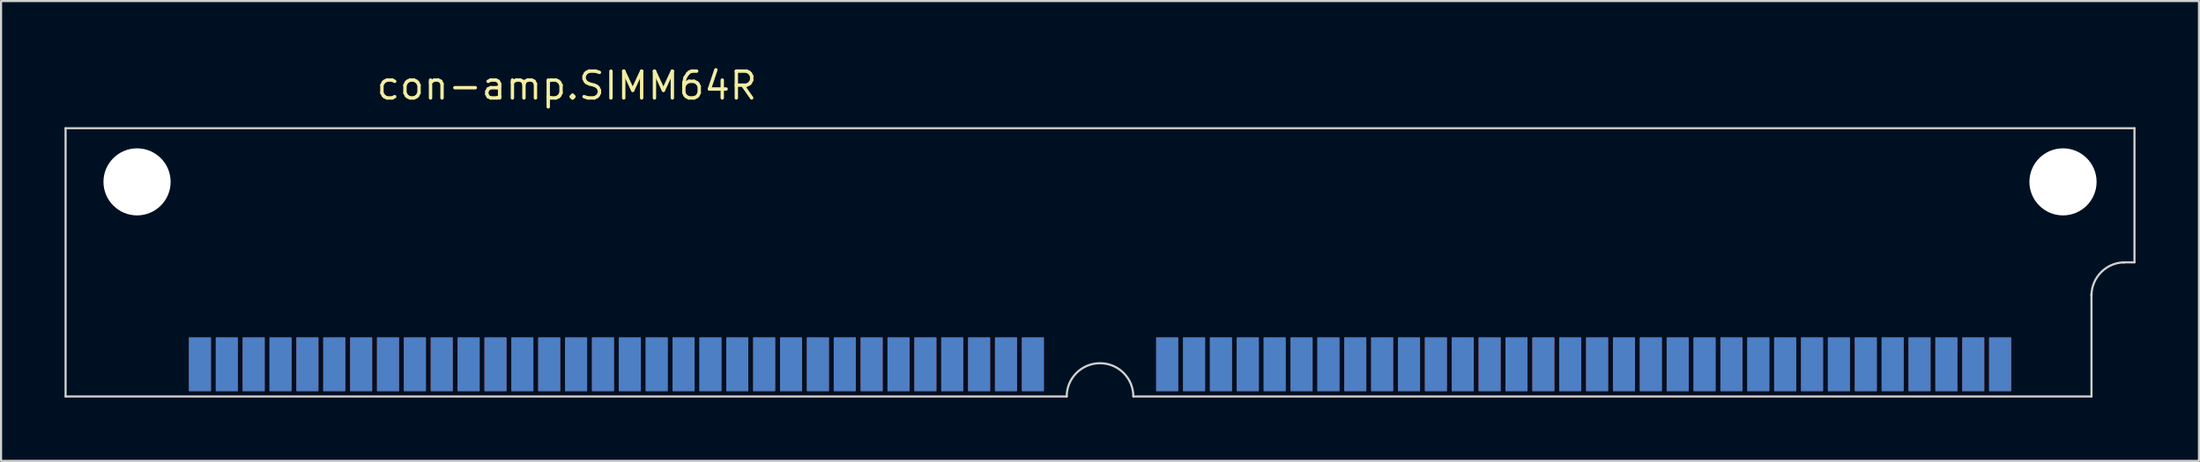
<source format=kicad_pcb>
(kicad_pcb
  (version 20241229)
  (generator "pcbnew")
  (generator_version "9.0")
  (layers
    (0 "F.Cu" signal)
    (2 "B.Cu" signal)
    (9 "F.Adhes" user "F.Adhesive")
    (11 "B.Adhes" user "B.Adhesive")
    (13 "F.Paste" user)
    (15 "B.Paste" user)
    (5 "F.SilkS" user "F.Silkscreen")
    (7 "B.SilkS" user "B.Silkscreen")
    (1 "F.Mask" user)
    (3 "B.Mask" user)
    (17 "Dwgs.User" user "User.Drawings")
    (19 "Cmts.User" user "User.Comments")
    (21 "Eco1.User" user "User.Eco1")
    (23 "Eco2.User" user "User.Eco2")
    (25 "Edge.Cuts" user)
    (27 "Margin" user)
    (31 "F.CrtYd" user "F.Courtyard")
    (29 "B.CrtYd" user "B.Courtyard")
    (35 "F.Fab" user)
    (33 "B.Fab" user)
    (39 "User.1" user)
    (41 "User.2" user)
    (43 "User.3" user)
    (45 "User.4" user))
  (footprint "con-amp.SIMM64R"
    (layer "F.Cu")
    (at 48.945 5.56)
    (property "Reference" "con-amp.SIMM64R" (at -34.29 -3.81 0) (layer "F.SilkS") (effects (font (size 1.27 1.27) (thickness 0.16)) (justify left bottom)))
    (attr smd)
    (fp_line (start -48.895 -2.54) (end -48.895 10.16) (stroke (width 0.1) (type default)) (layer "Edge.Cuts"))
    (fp_line (start -48.895 10.16) (end -1.575 10.16) (stroke (width 0.1) (type default)) (layer "Edge.Cuts"))
    (fp_line (start 1.575 10.16) (end 46.863 10.16) (stroke (width 0.1) (type default)) (layer "Edge.Cuts"))
    (fp_line (start 46.863 10.16) (end 46.863 5.309) (stroke (width 0.1) (type default)) (layer "Edge.Cuts"))
    (fp_line (start 48.895 -2.54) (end -48.895 -2.54) (stroke (width 0.1) (type default)) (layer "Edge.Cuts"))
    (fp_line (start 48.895 3.81) (end 48.336 3.81) (stroke (width 0.1) (type default)) (layer "Edge.Cuts"))
    (fp_line (start 48.895 3.81) (end 48.895 -2.54) (stroke (width 0.1) (type default)) (layer "Edge.Cuts"))
    (fp_arc (start -1.5748 10.16) (mid 0 8.5852) (end 1.5748 10.16) (stroke (width 0.1) (type default)) (layer "Edge.Cuts"))
    (fp_arc (start 46.863 5.3848) (mid 47.324248 4.271248) (end 48.4378 3.81) (stroke (width 0.1) (type default)) (layer "Edge.Cuts"))
    (pad "" np_thru_hole circle (at -45.517 0) (size 3.175 3.175) (drill 3.175) (layers "*.Cu" "*.Mask"))
    (pad "" np_thru_hole circle (at 45.517 0) (size 3.175 3.175) (drill 3.175) (layers "*.Cu" "*.Mask"))
    (pad "1" smd roundrect (at 42.545 8.636) (size 1.041 2.54) (layers "F.Cu" "F.Mask" "F.Paste") (roundrect_rratio 0.01))
    (pad "2" smd roundrect (at 41.275 8.636) (size 1.041 2.54) (layers "F.Cu" "F.Mask" "F.Paste") (roundrect_rratio 0.01))
    (pad "3" smd roundrect (at 40.005 8.636) (size 1.041 2.54) (layers "F.Cu" "F.Mask" "F.Paste") (roundrect_rratio 0.01))
    (pad "4" smd roundrect (at 38.735 8.636) (size 1.041 2.54) (layers "F.Cu" "F.Mask" "F.Paste") (roundrect_rratio 0.01))
    (pad "5" smd roundrect (at 37.465 8.636) (size 1.041 2.54) (layers "F.Cu" "F.Mask" "F.Paste") (roundrect_rratio 0.01))
    (pad "6" smd roundrect (at 36.195 8.636) (size 1.041 2.54) (layers "F.Cu" "F.Mask" "F.Paste") (roundrect_rratio 0.01))
    (pad "7" smd roundrect (at 34.925 8.636) (size 1.041 2.54) (layers "F.Cu" "F.Mask" "F.Paste") (roundrect_rratio 0.01))
    (pad "8" smd roundrect (at 33.655 8.636) (size 1.041 2.54) (layers "F.Cu" "F.Mask" "F.Paste") (roundrect_rratio 0.01))
    (pad "9" smd roundrect (at 32.385 8.636) (size 1.041 2.54) (layers "F.Cu" "F.Mask" "F.Paste") (roundrect_rratio 0.01))
    (pad "10" smd roundrect (at 31.115 8.636) (size 1.041 2.54) (layers "F.Cu" "F.Mask" "F.Paste") (roundrect_rratio 0.01))
    (pad "11" smd roundrect (at 29.845 8.636) (size 1.041 2.54) (layers "F.Cu" "F.Mask" "F.Paste") (roundrect_rratio 0.01))
    (pad "12" smd roundrect (at 28.575 8.636) (size 1.041 2.54) (layers "F.Cu" "F.Mask" "F.Paste") (roundrect_rratio 0.01))
    (pad "13" smd roundrect (at 27.305 8.636) (size 1.041 2.54) (layers "F.Cu" "F.Mask" "F.Paste") (roundrect_rratio 0.01))
    (pad "14" smd roundrect (at 26.035 8.636) (size 1.041 2.54) (layers "F.Cu" "F.Mask" "F.Paste") (roundrect_rratio 0.01))
    (pad "15" smd roundrect (at 24.765 8.636) (size 1.041 2.54) (layers "F.Cu" "F.Mask" "F.Paste") (roundrect_rratio 0.01))
    (pad "16" smd roundrect (at 23.495 8.636) (size 1.041 2.54) (layers "F.Cu" "F.Mask" "F.Paste") (roundrect_rratio 0.01))
    (pad "17" smd roundrect (at 22.225 8.636) (size 1.041 2.54) (layers "F.Cu" "F.Mask" "F.Paste") (roundrect_rratio 0.01))
    (pad "18" smd roundrect (at 20.955 8.636) (size 1.041 2.54) (layers "F.Cu" "F.Mask" "F.Paste") (roundrect_rratio 0.01))
    (pad "19" smd roundrect (at 19.685 8.636) (size 1.041 2.54) (layers "F.Cu" "F.Mask" "F.Paste") (roundrect_rratio 0.01))
    (pad "20" smd roundrect (at 18.415 8.636) (size 1.041 2.54) (layers "F.Cu" "F.Mask" "F.Paste") (roundrect_rratio 0.01))
    (pad "21" smd roundrect (at 17.145 8.636) (size 1.041 2.54) (layers "F.Cu" "F.Mask" "F.Paste") (roundrect_rratio 0.01))
    (pad "22" smd roundrect (at 15.875 8.636) (size 1.041 2.54) (layers "F.Cu" "F.Mask" "F.Paste") (roundrect_rratio 0.01))
    (pad "23" smd roundrect (at 14.605 8.636) (size 1.041 2.54) (layers "F.Cu" "F.Mask" "F.Paste") (roundrect_rratio 0.01))
    (pad "24" smd roundrect (at 13.335 8.636) (size 1.041 2.54) (layers "F.Cu" "F.Mask" "F.Paste") (roundrect_rratio 0.01))
    (pad "25" smd roundrect (at 12.065 8.636) (size 1.041 2.54) (layers "F.Cu" "F.Mask" "F.Paste") (roundrect_rratio 0.01))
    (pad "26" smd roundrect (at 10.795 8.636) (size 1.041 2.54) (layers "F.Cu" "F.Mask" "F.Paste") (roundrect_rratio 0.01))
    (pad "27" smd roundrect (at 9.525 8.636) (size 1.041 2.54) (layers "F.Cu" "F.Mask" "F.Paste") (roundrect_rratio 0.01))
    (pad "28" smd roundrect (at 8.255 8.636) (size 1.041 2.54) (layers "F.Cu" "F.Mask" "F.Paste") (roundrect_rratio 0.01))
    (pad "29" smd roundrect (at 6.985 8.636) (size 1.041 2.54) (layers "F.Cu" "F.Mask" "F.Paste") (roundrect_rratio 0.01))
    (pad "30" smd roundrect (at 5.715 8.636) (size 1.041 2.54) (layers "F.Cu" "F.Mask" "F.Paste") (roundrect_rratio 0.01))
    (pad "31" smd roundrect (at 4.445 8.636) (size 1.041 2.54) (layers "F.Cu" "F.Mask" "F.Paste") (roundrect_rratio 0.01))
    (pad "32" smd roundrect (at 3.175 8.636) (size 1.041 2.54) (layers "F.Cu" "F.Mask" "F.Paste") (roundrect_rratio 0.01))
    (pad "33" smd roundrect (at -3.175 8.636) (size 1.041 2.54) (layers "F.Cu" "F.Mask" "F.Paste") (roundrect_rratio 0.01))
    (pad "34" smd roundrect (at -4.445 8.636) (size 1.041 2.54) (layers "F.Cu" "F.Mask" "F.Paste") (roundrect_rratio 0.01))
    (pad "35" smd roundrect (at -5.715 8.636) (size 1.041 2.54) (layers "F.Cu" "F.Mask" "F.Paste") (roundrect_rratio 0.01))
    (pad "36" smd roundrect (at -6.985 8.636) (size 1.041 2.54) (layers "F.Cu" "F.Mask" "F.Paste") (roundrect_rratio 0.01))
    (pad "37" smd roundrect (at -8.255 8.636) (size 1.041 2.54) (layers "F.Cu" "F.Mask" "F.Paste") (roundrect_rratio 0.01))
    (pad "38" smd roundrect (at -9.525 8.636) (size 1.041 2.54) (layers "F.Cu" "F.Mask" "F.Paste") (roundrect_rratio 0.01))
    (pad "39" smd roundrect (at -10.795 8.636) (size 1.041 2.54) (layers "F.Cu" "F.Mask" "F.Paste") (roundrect_rratio 0.01))
    (pad "40" smd roundrect (at -12.065 8.636) (size 1.041 2.54) (layers "F.Cu" "F.Mask" "F.Paste") (roundrect_rratio 0.01))
    (pad "41" smd roundrect (at -13.335 8.636) (size 1.041 2.54) (layers "F.Cu" "F.Mask" "F.Paste") (roundrect_rratio 0.01))
    (pad "42" smd roundrect (at -14.605 8.636) (size 1.041 2.54) (layers "F.Cu" "F.Mask" "F.Paste") (roundrect_rratio 0.01))
    (pad "43" smd roundrect (at -15.875 8.636) (size 1.041 2.54) (layers "F.Cu" "F.Mask" "F.Paste") (roundrect_rratio 0.01))
    (pad "44" smd roundrect (at -17.145 8.636) (size 1.041 2.54) (layers "F.Cu" "F.Mask" "F.Paste") (roundrect_rratio 0.01))
    (pad "45" smd roundrect (at -18.415 8.636) (size 1.041 2.54) (layers "F.Cu" "F.Mask" "F.Paste") (roundrect_rratio 0.01))
    (pad "46" smd roundrect (at -19.685 8.636) (size 1.041 2.54) (layers "F.Cu" "F.Mask" "F.Paste") (roundrect_rratio 0.01))
    (pad "47" smd roundrect (at -20.955 8.636) (size 1.041 2.54) (layers "F.Cu" "F.Mask" "F.Paste") (roundrect_rratio 0.01))
    (pad "48" smd roundrect (at -22.225 8.636) (size 1.041 2.54) (layers "F.Cu" "F.Mask" "F.Paste") (roundrect_rratio 0.01))
    (pad "49" smd roundrect (at -23.495 8.636) (size 1.041 2.54) (layers "F.Cu" "F.Mask" "F.Paste") (roundrect_rratio 0.01))
    (pad "50" smd roundrect (at -24.765 8.636) (size 1.041 2.54) (layers "F.Cu" "F.Mask" "F.Paste") (roundrect_rratio 0.01))
    (pad "51" smd roundrect (at -26.035 8.636) (size 1.041 2.54) (layers "F.Cu" "F.Mask" "F.Paste") (roundrect_rratio 0.01))
    (pad "52" smd roundrect (at -27.305 8.636) (size 1.041 2.54) (layers "F.Cu" "F.Mask" "F.Paste") (roundrect_rratio 0.01))
    (pad "53" smd roundrect (at -28.575 8.636) (size 1.041 2.54) (layers "F.Cu" "F.Mask" "F.Paste") (roundrect_rratio 0.01))
    (pad "54" smd roundrect (at -29.845 8.636) (size 1.041 2.54) (layers "F.Cu" "F.Mask" "F.Paste") (roundrect_rratio 0.01))
    (pad "55" smd roundrect (at -31.115 8.636) (size 1.041 2.54) (layers "F.Cu" "F.Mask" "F.Paste") (roundrect_rratio 0.01))
    (pad "56" smd roundrect (at -32.385 8.636) (size 1.041 2.54) (layers "F.Cu" "F.Mask" "F.Paste") (roundrect_rratio 0.01))
    (pad "57" smd roundrect (at -33.655 8.636) (size 1.041 2.54) (layers "F.Cu" "F.Mask" "F.Paste") (roundrect_rratio 0.01))
    (pad "58" smd roundrect (at -34.925 8.636) (size 1.041 2.54) (layers "F.Cu" "F.Mask" "F.Paste") (roundrect_rratio 0.01))
    (pad "59" smd roundrect (at -36.195 8.636) (size 1.041 2.54) (layers "F.Cu" "F.Mask" "F.Paste") (roundrect_rratio 0.01))
    (pad "60" smd roundrect (at -37.465 8.636) (size 1.041 2.54) (layers "F.Cu" "F.Mask" "F.Paste") (roundrect_rratio 0.01))
    (pad "61" smd roundrect (at -38.735 8.636) (size 1.041 2.54) (layers "F.Cu" "F.Mask" "F.Paste") (roundrect_rratio 0.01))
    (pad "62" smd roundrect (at -40.005 8.636) (size 1.041 2.54) (layers "F.Cu" "F.Mask" "F.Paste") (roundrect_rratio 0.01))
    (pad "63" smd roundrect (at -41.275 8.636) (size 1.041 2.54) (layers "F.Cu" "F.Mask" "F.Paste") (roundrect_rratio 0.01))
    (pad "64" smd roundrect (at -42.545 8.636) (size 1.041 2.54) (layers "F.Cu" "F.Mask" "F.Paste") (roundrect_rratio 0.01))
    (pad "65" smd roundrect (at 42.545 8.636) (size 1.041 2.54) (layers "B.Cu" "B.Mask" "B.Paste") (roundrect_rratio 0.01))
    (pad "66" smd roundrect (at 41.275 8.636) (size 1.041 2.54) (layers "B.Cu" "B.Mask" "B.Paste") (roundrect_rratio 0.01))
    (pad "67" smd roundrect (at 40.005 8.636) (size 1.041 2.54) (layers "B.Cu" "B.Mask" "B.Paste") (roundrect_rratio 0.01))
    (pad "68" smd roundrect (at 38.735 8.636) (size 1.041 2.54) (layers "B.Cu" "B.Mask" "B.Paste") (roundrect_rratio 0.01))
    (pad "69" smd roundrect (at 37.465 8.636) (size 1.041 2.54) (layers "B.Cu" "B.Mask" "B.Paste") (roundrect_rratio 0.01))
    (pad "70" smd roundrect (at 36.195 8.636) (size 1.041 2.54) (layers "B.Cu" "B.Mask" "B.Paste") (roundrect_rratio 0.01))
    (pad "71" smd roundrect (at 34.925 8.636) (size 1.041 2.54) (layers "B.Cu" "B.Mask" "B.Paste") (roundrect_rratio 0.01))
    (pad "72" smd roundrect (at 33.655 8.636) (size 1.041 2.54) (layers "B.Cu" "B.Mask" "B.Paste") (roundrect_rratio 0.01))
    (pad "73" smd roundrect (at 32.385 8.636) (size 1.041 2.54) (layers "B.Cu" "B.Mask" "B.Paste") (roundrect_rratio 0.01))
    (pad "74" smd roundrect (at 31.115 8.636) (size 1.041 2.54) (layers "B.Cu" "B.Mask" "B.Paste") (roundrect_rratio 0.01))
    (pad "75" smd roundrect (at 29.845 8.636) (size 1.041 2.54) (layers "B.Cu" "B.Mask" "B.Paste") (roundrect_rratio 0.01))
    (pad "76" smd roundrect (at 28.575 8.636) (size 1.041 2.54) (layers "B.Cu" "B.Mask" "B.Paste") (roundrect_rratio 0.01))
    (pad "77" smd roundrect (at 27.305 8.636) (size 1.041 2.54) (layers "B.Cu" "B.Mask" "B.Paste") (roundrect_rratio 0.01))
    (pad "78" smd roundrect (at 26.035 8.636) (size 1.041 2.54) (layers "B.Cu" "B.Mask" "B.Paste") (roundrect_rratio 0.01))
    (pad "79" smd roundrect (at 24.765 8.636) (size 1.041 2.54) (layers "B.Cu" "B.Mask" "B.Paste") (roundrect_rratio 0.01))
    (pad "80" smd roundrect (at 23.495 8.636) (size 1.041 2.54) (layers "B.Cu" "B.Mask" "B.Paste") (roundrect_rratio 0.01))
    (pad "81" smd roundrect (at 22.225 8.636) (size 1.041 2.54) (layers "B.Cu" "B.Mask" "B.Paste") (roundrect_rratio 0.01))
    (pad "82" smd roundrect (at 20.955 8.636) (size 1.041 2.54) (layers "B.Cu" "B.Mask" "B.Paste") (roundrect_rratio 0.01))
    (pad "83" smd roundrect (at 19.685 8.636) (size 1.041 2.54) (layers "B.Cu" "B.Mask" "B.Paste") (roundrect_rratio 0.01))
    (pad "84" smd roundrect (at 18.415 8.636) (size 1.041 2.54) (layers "B.Cu" "B.Mask" "B.Paste") (roundrect_rratio 0.01))
    (pad "85" smd roundrect (at 17.145 8.636) (size 1.041 2.54) (layers "B.Cu" "B.Mask" "B.Paste") (roundrect_rratio 0.01))
    (pad "86" smd roundrect (at 15.875 8.636) (size 1.041 2.54) (layers "B.Cu" "B.Mask" "B.Paste") (roundrect_rratio 0.01))
    (pad "87" smd roundrect (at 14.605 8.636) (size 1.041 2.54) (layers "B.Cu" "B.Mask" "B.Paste") (roundrect_rratio 0.01))
    (pad "88" smd roundrect (at 13.335 8.636) (size 1.041 2.54) (layers "B.Cu" "B.Mask" "B.Paste") (roundrect_rratio 0.01))
    (pad "89" smd roundrect (at 12.065 8.636) (size 1.041 2.54) (layers "B.Cu" "B.Mask" "B.Paste") (roundrect_rratio 0.01))
    (pad "90" smd roundrect (at 10.795 8.636) (size 1.041 2.54) (layers "B.Cu" "B.Mask" "B.Paste") (roundrect_rratio 0.01))
    (pad "91" smd roundrect (at 9.525 8.636) (size 1.041 2.54) (layers "B.Cu" "B.Mask" "B.Paste") (roundrect_rratio 0.01))
    (pad "92" smd roundrect (at 8.255 8.636) (size 1.041 2.54) (layers "B.Cu" "B.Mask" "B.Paste") (roundrect_rratio 0.01))
    (pad "93" smd roundrect (at 6.985 8.636) (size 1.041 2.54) (layers "B.Cu" "B.Mask" "B.Paste") (roundrect_rratio 0.01))
    (pad "94" smd roundrect (at 5.715 8.636) (size 1.041 2.54) (layers "B.Cu" "B.Mask" "B.Paste") (roundrect_rratio 0.01))
    (pad "95" smd roundrect (at 4.445 8.636) (size 1.041 2.54) (layers "B.Cu" "B.Mask" "B.Paste") (roundrect_rratio 0.01))
    (pad "96" smd roundrect (at 3.175 8.636) (size 1.041 2.54) (layers "B.Cu" "B.Mask" "B.Paste") (roundrect_rratio 0.01))
    (pad "97" smd roundrect (at -3.175 8.636) (size 1.041 2.54) (layers "B.Cu" "B.Mask" "B.Paste") (roundrect_rratio 0.01))
    (pad "98" smd roundrect (at -4.445 8.636) (size 1.041 2.54) (layers "B.Cu" "B.Mask" "B.Paste") (roundrect_rratio 0.01))
    (pad "99" smd roundrect (at -5.715 8.636) (size 1.041 2.54) (layers "B.Cu" "B.Mask" "B.Paste") (roundrect_rratio 0.01))
    (pad "100" smd roundrect (at -6.985 8.636) (size 1.041 2.54) (layers "B.Cu" "B.Mask" "B.Paste") (roundrect_rratio 0.01))
    (pad "101" smd roundrect (at -8.255 8.636) (size 1.041 2.54) (layers "B.Cu" "B.Mask" "B.Paste") (roundrect_rratio 0.01))
    (pad "102" smd roundrect (at -9.525 8.636) (size 1.041 2.54) (layers "B.Cu" "B.Mask" "B.Paste") (roundrect_rratio 0.01))
    (pad "103" smd roundrect (at -10.795 8.636) (size 1.041 2.54) (layers "B.Cu" "B.Mask" "B.Paste") (roundrect_rratio 0.01))
    (pad "104" smd roundrect (at -12.065 8.636) (size 1.041 2.54) (layers "B.Cu" "B.Mask" "B.Paste") (roundrect_rratio 0.01))
    (pad "105" smd roundrect (at -13.335 8.636) (size 1.041 2.54) (layers "B.Cu" "B.Mask" "B.Paste") (roundrect_rratio 0.01))
    (pad "106" smd roundrect (at -14.605 8.636) (size 1.041 2.54) (layers "B.Cu" "B.Mask" "B.Paste") (roundrect_rratio 0.01))
    (pad "107" smd roundrect (at -15.875 8.636) (size 1.041 2.54) (layers "B.Cu" "B.Mask" "B.Paste") (roundrect_rratio 0.01))
    (pad "108" smd roundrect (at -17.145 8.636) (size 1.041 2.54) (layers "B.Cu" "B.Mask" "B.Paste") (roundrect_rratio 0.01))
    (pad "109" smd roundrect (at -18.415 8.636) (size 1.041 2.54) (layers "B.Cu" "B.Mask" "B.Paste") (roundrect_rratio 0.01))
    (pad "110" smd roundrect (at -19.685 8.636) (size 1.041 2.54) (layers "B.Cu" "B.Mask" "B.Paste") (roundrect_rratio 0.01))
    (pad "111" smd roundrect (at -20.955 8.636) (size 1.041 2.54) (layers "B.Cu" "B.Mask" "B.Paste") (roundrect_rratio 0.01))
    (pad "112" smd roundrect (at -22.225 8.636) (size 1.041 2.54) (layers "B.Cu" "B.Mask" "B.Paste") (roundrect_rratio 0.01))
    (pad "113" smd roundrect (at -23.495 8.636) (size 1.041 2.54) (layers "B.Cu" "B.Mask" "B.Paste") (roundrect_rratio 0.01))
    (pad "114" smd roundrect (at -24.765 8.636) (size 1.041 2.54) (layers "B.Cu" "B.Mask" "B.Paste") (roundrect_rratio 0.01))
    (pad "115" smd roundrect (at -26.035 8.636) (size 1.041 2.54) (layers "B.Cu" "B.Mask" "B.Paste") (roundrect_rratio 0.01))
    (pad "116" smd roundrect (at -27.305 8.636) (size 1.041 2.54) (layers "B.Cu" "B.Mask" "B.Paste") (roundrect_rratio 0.01))
    (pad "117" smd roundrect (at -28.575 8.636) (size 1.041 2.54) (layers "B.Cu" "B.Mask" "B.Paste") (roundrect_rratio 0.01))
    (pad "118" smd roundrect (at -29.845 8.636) (size 1.041 2.54) (layers "B.Cu" "B.Mask" "B.Paste") (roundrect_rratio 0.01))
    (pad "119" smd roundrect (at -31.115 8.636) (size 1.041 2.54) (layers "B.Cu" "B.Mask" "B.Paste") (roundrect_rratio 0.01))
    (pad "120" smd roundrect (at -32.385 8.636) (size 1.041 2.54) (layers "B.Cu" "B.Mask" "B.Paste") (roundrect_rratio 0.01))
    (pad "121" smd roundrect (at -33.655 8.636) (size 1.041 2.54) (layers "B.Cu" "B.Mask" "B.Paste") (roundrect_rratio 0.01))
    (pad "122" smd roundrect (at -34.925 8.636) (size 1.041 2.54) (layers "B.Cu" "B.Mask" "B.Paste") (roundrect_rratio 0.01))
    (pad "123" smd roundrect (at -36.195 8.636) (size 1.041 2.54) (layers "B.Cu" "B.Mask" "B.Paste") (roundrect_rratio 0.01))
    (pad "124" smd roundrect (at -37.465 8.636) (size 1.041 2.54) (layers "B.Cu" "B.Mask" "B.Paste") (roundrect_rratio 0.01))
    (pad "125" smd roundrect (at -38.735 8.636) (size 1.041 2.54) (layers "B.Cu" "B.Mask" "B.Paste") (roundrect_rratio 0.01))
    (pad "126" smd roundrect (at -40.005 8.636) (size 1.041 2.54) (layers "B.Cu" "B.Mask" "B.Paste") (roundrect_rratio 0.01))
    (pad "127" smd roundrect (at -41.275 8.636) (size 1.041 2.54) (layers "B.Cu" "B.Mask" "B.Paste") (roundrect_rratio 0.01))
    (pad "128" smd roundrect (at -42.545 8.636) (size 1.041 2.54) (layers "B.Cu" "B.Mask" "B.Paste") (roundrect_rratio 0.01)))
  (gr_rect
    (start -3 -3)
    (end 100.89 18.77)
    (stroke (width 0.1) (type default))
    (fill no)
    (layer "Edge.Cuts")))
</source>
